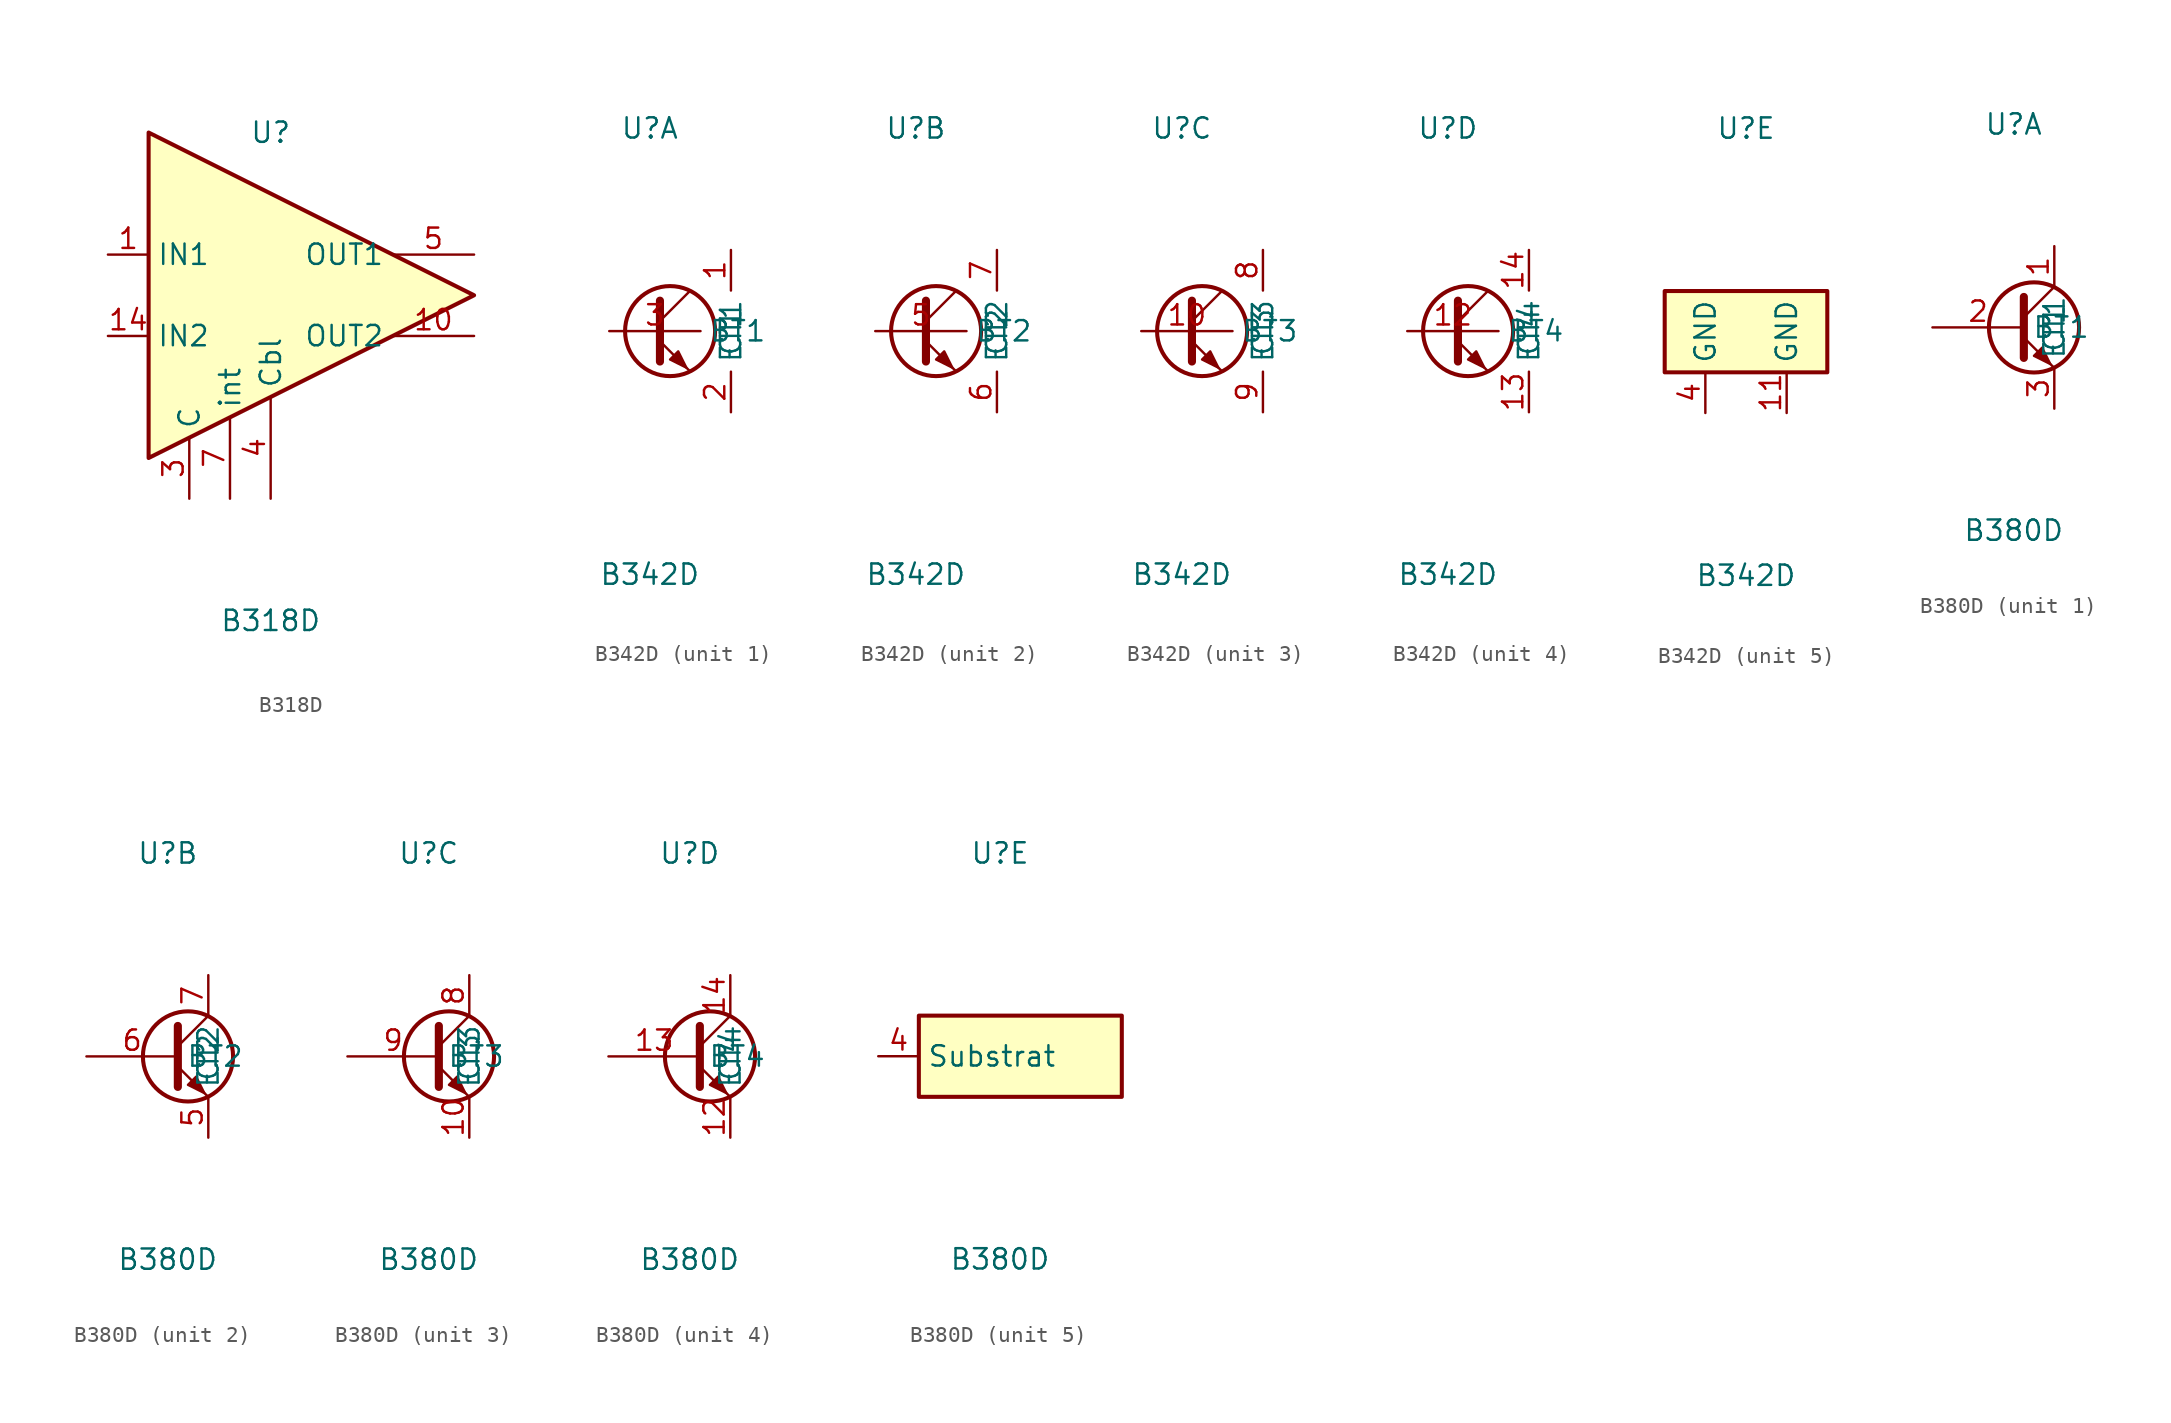
<source format=kicad_sym>
(kicad_symbol_lib
  (version 20211014)
  (generator kicad_symbol_editor)
  (symbol "B318D"
    (property "Reference" "U"
      (at 0 10.16 0)
      (effects (font (size 1.27 1.27))))
    (property "Value" "B318D"
      (at 0 -20.32 0)
      (effects (font (size 1.27 1.27))))
    (symbol "B318D_0_1"
      (polyline (pts (xy -7.62 10.16) (xy -7.62 -10.16) (xy 12.7 0) (xy -7.62 10.16)) (stroke (width 0.254) (type default) (color 0 0 0 0)) (fill (type background))))
    (symbol "B318D_1_1"
      (pin input line (at -10.16 2.54 0) (length 2.54) (name "IN1" (effects (font (size 1.27 1.27)))) (number "1" (effects (font (size 1.27 1.27)))))
      (pin output line (at 12.7 -2.54 180) (length 5.08) (name "OUT2" (effects (font (size 1.27 1.27)))) (number "10" (effects (font (size 1.27 1.27)))))
      (pin no_connect line (at -5.08 -5.08 180) (length 2.54) hide (name "~" (effects (font (size 1.27 1.27)))) (number "11" (effects (font (size 1.27 1.27)))))
      (pin no_connect line (at -5.08 -7.62 180) (length 2.54) hide (name "~" (effects (font (size 1.27 1.27)))) (number "12" (effects (font (size 1.27 1.27)))))
      (pin no_connect line (at -5.08 -10.16 180) (length 2.54) hide (name "~" (effects (font (size 1.27 1.27)))) (number "13" (effects (font (size 1.27 1.27)))))
      (pin input line (at -10.16 -2.54 0) (length 2.54) (name "IN2" (effects (font (size 1.27 1.27)))) (number "14" (effects (font (size 1.27 1.27)))))
      (pin no_connect line (at -5.08 10.16 180) (length 2.54) hide (name "~" (effects (font (size 1.27 1.27)))) (number "2" (effects (font (size 1.27 1.27)))))
      (pin passive line (at -5.08 -12.7 90) (length 3.81) (name "C" (effects (font (size 1.27 1.27)))) (number "3" (effects (font (size 1.27 1.27)))))
      (pin passive line (at 0 -12.7 90) (length 6.35) (name "Cbl" (effects (font (size 1.27 1.27)))) (number "4" (effects (font (size 1.27 1.27)))))
      (pin output line (at 12.7 2.54 180) (length 5.08) (name "OUT1" (effects (font (size 1.27 1.27)))) (number "5" (effects (font (size 1.27 1.27)))))
      (pin no_connect line (at -5.08 7.62 180) (length 2.54) hide (name "~" (effects (font (size 1.27 1.27)))) (number "6" (effects (font (size 1.27 1.27)))))
      (pin passive line (at -2.54 -12.7 90) (length 5.08) (name "int" (effects (font (size 1.27 1.27)))) (number "7" (effects (font (size 1.27 1.27)))))
      (pin no_connect line (at -5.08 5.08 180) (length 2.54) hide (name "~" (effects (font (size 1.27 1.27)))) (number "8" (effects (font (size 1.27 1.27)))))
      (pin no_connect line (at -5.08 0 180) (length 2.54) hide (name "~" (effects (font (size 1.27 1.27)))) (number "9" (effects (font (size 1.27 1.27)))))))
  (symbol "B342D"
    (property "Reference" "U"
      (at 0 12.7 0)
      (effects (font (size 1.27 1.27))))
    (property "Value" "B342D"
      (at 0 -15.24 0)
      (effects (font (size 1.27 1.27))))
    (symbol "B342D_1_1"
      (polyline (pts (xy 0.635 0.635) (xy 2.54 2.54)) (stroke (width 0) (type default) (color 0 0 0 0)) (fill (type none)))
      (polyline (pts (xy 0.635 -0.635) (xy 2.54 -2.54) (xy 2.54 -2.54)) (stroke (width 0) (type default) (color 0 0 0 0)) (fill (type none)))
      (polyline (pts (xy 0.635 1.905) (xy 0.635 -1.905) (xy 0.635 -1.905)) (stroke (width 0.508) (type default) (color 0 0 0 0)) (fill (type none)))
      (polyline (pts (xy 1.27 -1.778) (xy 1.778 -1.27) (xy 2.286 -2.286) (xy 1.27 -1.778) (xy 1.27 -1.778)) (stroke (width 0) (type default) (color 0 0 0 0)) (fill (type outline)))
      (circle (center 1.27 0) (radius 2.819) (stroke (width 0.254) (type default) (color 0 0 0 0)) (fill (type none)))
      (pin passive line (at 5.08 5.08 270) (length 2.54) (name "CT1" (effects (font (size 1.27 1.27)))) (number "1" (effects (font (size 1.27 1.27)))))
      (pin passive line (at 5.08 -5.08 90) (length 2.54) (name "ET1" (effects (font (size 1.27 1.27)))) (number "2" (effects (font (size 1.27 1.27)))))
      (pin input line (at -2.54 0 0) (length 5.715) (name "BT1" (effects (font (size 1.27 1.27)))) (number "3" (effects (font (size 1.27 1.27))))))
    (symbol "B342D_2_1"
      (polyline (pts (xy 0.635 0.635) (xy 2.54 2.54)) (stroke (width 0) (type default) (color 0 0 0 0)) (fill (type none)))
      (polyline (pts (xy 0.635 -0.635) (xy 2.54 -2.54) (xy 2.54 -2.54)) (stroke (width 0) (type default) (color 0 0 0 0)) (fill (type none)))
      (polyline (pts (xy 0.635 1.905) (xy 0.635 -1.905) (xy 0.635 -1.905)) (stroke (width 0.508) (type default) (color 0 0 0 0)) (fill (type none)))
      (polyline (pts (xy 1.27 -1.778) (xy 1.778 -1.27) (xy 2.286 -2.286) (xy 1.27 -1.778) (xy 1.27 -1.778)) (stroke (width 0) (type default) (color 0 0 0 0)) (fill (type outline)))
      (circle (center 1.27 0) (radius 2.819) (stroke (width 0.254) (type default) (color 0 0 0 0)) (fill (type none)))
      (pin input line (at -2.54 0 0) (length 5.715) (name "BT2" (effects (font (size 1.27 1.27)))) (number "5" (effects (font (size 1.27 1.27)))))
      (pin passive line (at 5.08 -5.08 90) (length 2.54) (name "ET2" (effects (font (size 1.27 1.27)))) (number "6" (effects (font (size 1.27 1.27)))))
      (pin passive line (at 5.08 5.08 270) (length 2.54) (name "CT2" (effects (font (size 1.27 1.27)))) (number "7" (effects (font (size 1.27 1.27))))))
    (symbol "B342D_3_1"
      (polyline (pts (xy 0.635 0.635) (xy 2.54 2.54)) (stroke (width 0) (type default) (color 0 0 0 0)) (fill (type none)))
      (polyline (pts (xy 0.635 -0.635) (xy 2.54 -2.54) (xy 2.54 -2.54)) (stroke (width 0) (type default) (color 0 0 0 0)) (fill (type none)))
      (polyline (pts (xy 0.635 1.905) (xy 0.635 -1.905) (xy 0.635 -1.905)) (stroke (width 0.508) (type default) (color 0 0 0 0)) (fill (type none)))
      (polyline (pts (xy 1.27 -1.778) (xy 1.778 -1.27) (xy 2.286 -2.286) (xy 1.27 -1.778) (xy 1.27 -1.778)) (stroke (width 0) (type default) (color 0 0 0 0)) (fill (type outline)))
      (circle (center 1.27 0) (radius 2.819) (stroke (width 0.254) (type default) (color 0 0 0 0)) (fill (type none)))
      (pin input line (at -2.54 0 0) (length 5.715) (name "BT3" (effects (font (size 1.27 1.27)))) (number "10" (effects (font (size 1.27 1.27)))))
      (pin passive line (at 5.08 5.08 270) (length 2.54) (name "CT3" (effects (font (size 1.27 1.27)))) (number "8" (effects (font (size 1.27 1.27)))))
      (pin passive line (at 5.08 -5.08 90) (length 2.54) (name "ET3" (effects (font (size 1.27 1.27)))) (number "9" (effects (font (size 1.27 1.27))))))
    (symbol "B342D_4_1"
      (polyline (pts (xy 0.635 0.635) (xy 2.54 2.54)) (stroke (width 0) (type default) (color 0 0 0 0)) (fill (type none)))
      (polyline (pts (xy 0.635 -0.635) (xy 2.54 -2.54) (xy 2.54 -2.54)) (stroke (width 0) (type default) (color 0 0 0 0)) (fill (type none)))
      (polyline (pts (xy 0.635 1.905) (xy 0.635 -1.905) (xy 0.635 -1.905)) (stroke (width 0.508) (type default) (color 0 0 0 0)) (fill (type none)))
      (polyline (pts (xy 1.27 -1.778) (xy 1.778 -1.27) (xy 2.286 -2.286) (xy 1.27 -1.778) (xy 1.27 -1.778)) (stroke (width 0) (type default) (color 0 0 0 0)) (fill (type outline)))
      (circle (center 1.27 0) (radius 2.819) (stroke (width 0.254) (type default) (color 0 0 0 0)) (fill (type none)))
      (pin input line (at -2.54 0 0) (length 5.715) (name "BT4" (effects (font (size 1.27 1.27)))) (number "12" (effects (font (size 1.27 1.27)))))
      (pin passive line (at 5.08 -5.08 90) (length 2.54) (name "ET4" (effects (font (size 1.27 1.27)))) (number "13" (effects (font (size 1.27 1.27)))))
      (pin passive line (at 5.08 5.08 270) (length 2.54) (name "CT4" (effects (font (size 1.27 1.27)))) (number "14" (effects (font (size 1.27 1.27))))))
    (symbol "B342D_5_1"
      (rectangle (start -5.08 2.54) (end 5.08 -2.54) (stroke (width 0.254) (type default) (color 0 0 0 0)) (fill (type background)))
      (pin power_in line (at 2.54 -5.08 90) (length 2.54) (name "GND" (effects (font (size 1.27 1.27)))) (number "11" (effects (font (size 1.27 1.27)))))
      (pin power_in line (at -2.54 -5.08 90) (length 2.54) (name "GND" (effects (font (size 1.27 1.27)))) (number "4" (effects (font (size 1.27 1.27)))))))
  (symbol "B380D"
    (property "Reference" "U"
      (at 0 12.7 0)
      (effects (font (size 1.27 1.27))))
    (property "Value" "B380D"
      (at 0 -12.7 0)
      (effects (font (size 1.27 1.27))))
    (symbol "B380D_1_1"
      (polyline (pts (xy 0.635 0.635) (xy 2.54 2.54)) (stroke (width 0) (type default) (color 0 0 0 0)) (fill (type none)))
      (polyline (pts (xy 0.635 -0.635) (xy 2.54 -2.54) (xy 2.54 -2.54)) (stroke (width 0) (type default) (color 0 0 0 0)) (fill (type none)))
      (polyline (pts (xy 0.635 1.905) (xy 0.635 -1.905) (xy 0.635 -1.905)) (stroke (width 0.508) (type default) (color 0 0 0 0)) (fill (type none)))
      (polyline (pts (xy 1.27 -1.778) (xy 1.778 -1.27) (xy 2.286 -2.286) (xy 1.27 -1.778) (xy 1.27 -1.778)) (stroke (width 0) (type default) (color 0 0 0 0)) (fill (type outline)))
      (circle (center 1.27 0) (radius 2.819) (stroke (width 0.254) (type default) (color 0 0 0 0)) (fill (type none)))
      (pin passive line (at 2.54 5.08 270) (length 2.54) (name "CT1" (effects (font (size 1.27 1.27)))) (number "1" (effects (font (size 1.27 1.27)))))
      (pin input line (at -5.08 0 0) (length 5.715) (name "BT1" (effects (font (size 1.27 1.27)))) (number "2" (effects (font (size 1.27 1.27)))))
      (pin passive line (at 2.54 -5.08 90) (length 2.54) (name "ET1" (effects (font (size 1.27 1.27)))) (number "3" (effects (font (size 1.27 1.27))))))
    (symbol "B380D_2_1"
      (polyline (pts (xy 0.635 0.635) (xy 2.54 2.54)) (stroke (width 0) (type default) (color 0 0 0 0)) (fill (type none)))
      (polyline (pts (xy 0.635 -0.635) (xy 2.54 -2.54) (xy 2.54 -2.54)) (stroke (width 0) (type default) (color 0 0 0 0)) (fill (type none)))
      (polyline (pts (xy 0.635 1.905) (xy 0.635 -1.905) (xy 0.635 -1.905)) (stroke (width 0.508) (type default) (color 0 0 0 0)) (fill (type none)))
      (polyline (pts (xy 1.27 -1.778) (xy 1.778 -1.27) (xy 2.286 -2.286) (xy 1.27 -1.778) (xy 1.27 -1.778)) (stroke (width 0) (type default) (color 0 0 0 0)) (fill (type outline)))
      (circle (center 1.27 0) (radius 2.819) (stroke (width 0.254) (type default) (color 0 0 0 0)) (fill (type none)))
      (pin passive line (at 2.54 -5.08 90) (length 2.54) (name "ET2" (effects (font (size 1.27 1.27)))) (number "5" (effects (font (size 1.27 1.27)))))
      (pin input line (at -5.08 0 0) (length 5.715) (name "BT2" (effects (font (size 1.27 1.27)))) (number "6" (effects (font (size 1.27 1.27)))))
      (pin passive line (at 2.54 5.08 270) (length 2.54) (name "CT2" (effects (font (size 1.27 1.27)))) (number "7" (effects (font (size 1.27 1.27))))))
    (symbol "B380D_3_1"
      (polyline (pts (xy 0.635 0.635) (xy 2.54 2.54)) (stroke (width 0) (type default) (color 0 0 0 0)) (fill (type none)))
      (polyline (pts (xy 0.635 -0.635) (xy 2.54 -2.54) (xy 2.54 -2.54)) (stroke (width 0) (type default) (color 0 0 0 0)) (fill (type none)))
      (polyline (pts (xy 0.635 1.905) (xy 0.635 -1.905) (xy 0.635 -1.905)) (stroke (width 0.508) (type default) (color 0 0 0 0)) (fill (type none)))
      (polyline (pts (xy 1.27 -1.778) (xy 1.778 -1.27) (xy 2.286 -2.286) (xy 1.27 -1.778) (xy 1.27 -1.778)) (stroke (width 0) (type default) (color 0 0 0 0)) (fill (type outline)))
      (circle (center 1.27 0) (radius 2.819) (stroke (width 0.254) (type default) (color 0 0 0 0)) (fill (type none)))
      (pin passive line (at 2.54 -5.08 90) (length 2.54) (name "ET3" (effects (font (size 1.27 1.27)))) (number "10" (effects (font (size 1.27 1.27)))))
      (pin passive line (at 2.54 5.08 270) (length 2.54) (name "CT3" (effects (font (size 1.27 1.27)))) (number "8" (effects (font (size 1.27 1.27)))))
      (pin input line (at -5.08 0 0) (length 5.715) (name "BT3" (effects (font (size 1.27 1.27)))) (number "9" (effects (font (size 1.27 1.27))))))
    (symbol "B380D_4_1"
      (polyline (pts (xy 0.635 0.635) (xy 2.54 2.54)) (stroke (width 0) (type default) (color 0 0 0 0)) (fill (type none)))
      (polyline (pts (xy 0.635 -0.635) (xy 2.54 -2.54) (xy 2.54 -2.54)) (stroke (width 0) (type default) (color 0 0 0 0)) (fill (type none)))
      (polyline (pts (xy 0.635 1.905) (xy 0.635 -1.905) (xy 0.635 -1.905)) (stroke (width 0.508) (type default) (color 0 0 0 0)) (fill (type none)))
      (polyline (pts (xy 1.27 -1.778) (xy 1.778 -1.27) (xy 2.286 -2.286) (xy 1.27 -1.778) (xy 1.27 -1.778)) (stroke (width 0) (type default) (color 0 0 0 0)) (fill (type outline)))
      (circle (center 1.27 0) (radius 2.819) (stroke (width 0.254) (type default) (color 0 0 0 0)) (fill (type none)))
      (pin passive line (at 2.54 -5.08 90) (length 2.54) (name "ET4" (effects (font (size 1.27 1.27)))) (number "12" (effects (font (size 1.27 1.27)))))
      (pin input line (at -5.08 0 0) (length 5.715) (name "BT4" (effects (font (size 1.27 1.27)))) (number "13" (effects (font (size 1.27 1.27)))))
      (pin passive line (at 2.54 5.08 270) (length 2.54) (name "CT4" (effects (font (size 1.27 1.27)))) (number "14" (effects (font (size 1.27 1.27))))))
    (symbol "B380D_5_1"
      (rectangle (start -5.08 2.54) (end 7.62 -2.54) (stroke (width 0.254) (type default) (color 0 0 0 0)) (fill (type background)))
      (pin no_connect line (at 7.62 0 180) (length 2.54) hide (name "~" (effects (font (size 1.27 1.27)))) (number "11" (effects (font (size 1.27 1.27)))))
      (pin passive line (at -7.62 0 0) (length 2.54) (name "Substrat" (effects (font (size 1.27 1.27)))) (number "4" (effects (font (size 1.27 1.27))))))))
</source>
